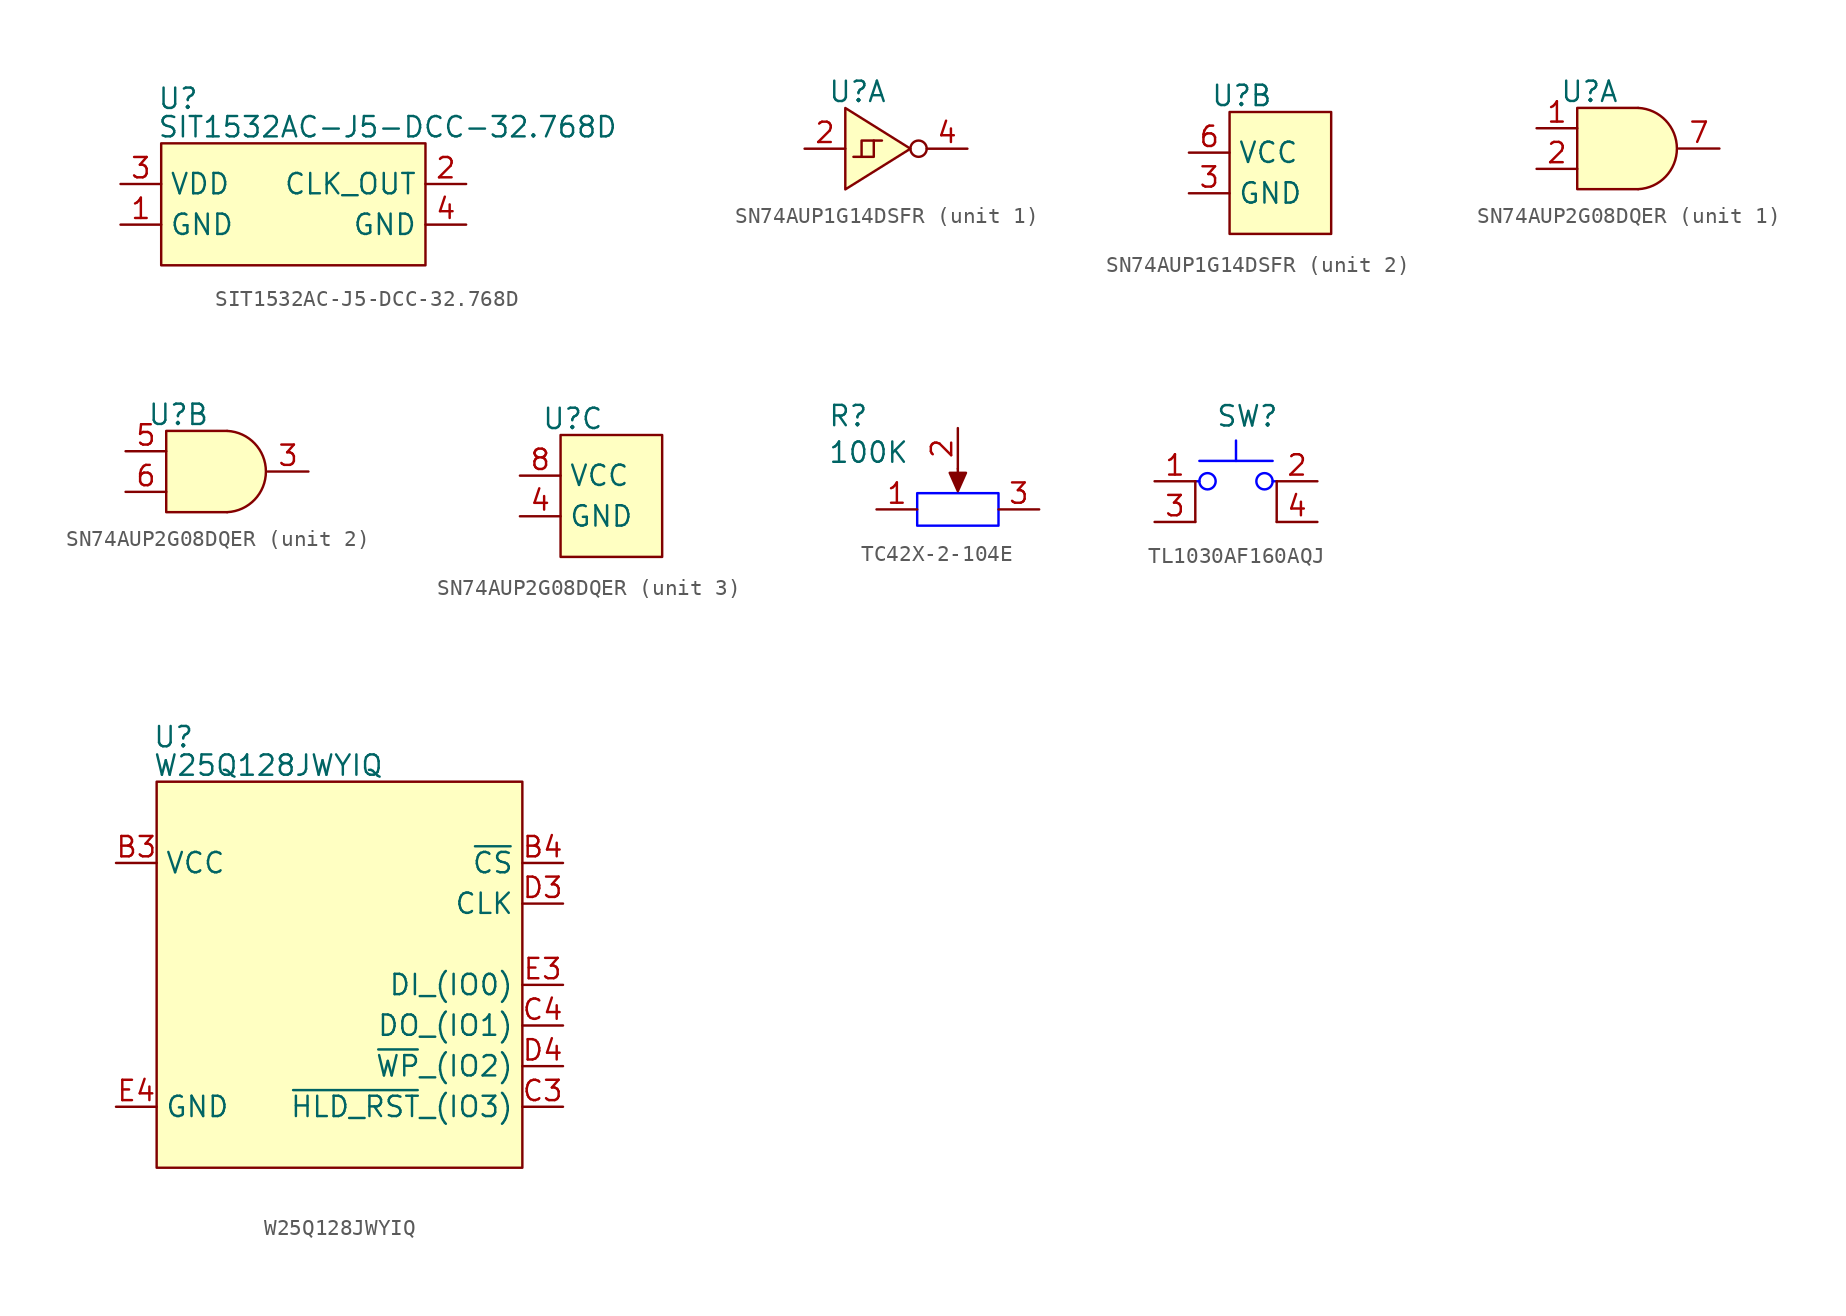
<source format=kicad_sym>
(kicad_symbol_lib
  (version 20231120)
  (generator "kicad_symbol_editor")
  (generator_version "8.0")
  (symbol "SIT1532AC-J5-DCC-32.768D"
    (property "Reference" "U"
      (at -0.254 2.794 0)
      (effects (font (size 1.27 1.27)) (justify left)))
    (property "Value" "SIT1532AC-J5-DCC-32.768D"
      (at -0.254 1.016 0)
      (effects (font (size 1.27 1.27)) (justify left)))
    (symbol "SIT1532AC-J5-DCC-32.768D_0_1"
      (rectangle (start 0 0) (end 16.51 -7.62) (stroke (width 0) (type default) (color 128 0 0 1)) (fill (type background))))
    (symbol "SIT1532AC-J5-DCC-32.768D_1_1"
      (pin passive line (at -2.54 -5.08 0) (length 2.54) (name "GND" (effects (font (size 1.27 1.27)))) (number "1" (effects (font (size 1.27 1.27)))))
      (pin passive line (at 19.05 -2.54 180) (length 2.54) (name "CLK_OUT" (effects (font (size 1.27 1.27)))) (number "2" (effects (font (size 1.27 1.27)))))
      (pin passive line (at -2.54 -2.54 0) (length 2.54) (name "VDD" (effects (font (size 1.27 1.27)))) (number "3" (effects (font (size 1.27 1.27)))))
      (pin passive line (at 19.05 -5.08 180) (length 2.54) (name "GND" (effects (font (size 1.27 1.27)))) (number "4" (effects (font (size 1.27 1.27)))))))
  (symbol "SN74AUP1G14DSFR"
    (property "Reference" "U"
      (at 0.762 1.016 0)
      (effects (font (size 1.27 1.27))))
    (property "Value" ""
      (at 0 0 0)
      (effects (font (size 1.27 1.27))))
    (property "ki_locked" ""
      (at 0 0 0)
      (effects (font (size 1.27 1.27))))
    (symbol "SN74AUP1G14DSFR_1_1"
      (polyline (pts (xy 1.778 -2.032) (xy 2.286 -2.032)) (stroke (width 0) (type default)) (fill (type none)))
      (polyline (pts (xy 4.064 -2.54) (xy 0 -5.08) (xy 0 0) (xy 4.064 -2.54)) (stroke (width 0) (type default)) (fill (type background)))
      (polyline (pts (xy 0.508 -3.048) (xy 1.778 -3.048) (xy 1.778 -2.032) (xy 1.016 -2.032) (xy 1.016 -3.048)) (stroke (width 0) (type default)) (fill (type none)))
      (circle (center 4.572 -2.54) (radius 0.508) (stroke (width 0) (type default)) (fill (type none)))
      (pin passive line (at -2.54 -2.54 0) (length 2.54) (name "" (effects (font (size 1.27 1.27)))) (number "2" (effects (font (size 1.27 1.27)))))
      (pin passive line (at 7.62 -2.54 180) (length 2.54) (name "" (effects (font (size 1.27 1.27)))) (number "4" (effects (font (size 1.27 1.27))))))
    (symbol "SN74AUP1G14DSFR_2_1"
      (rectangle (start 0 0) (end 6.35 -7.62) (stroke (width 0) (type default) (color 128 0 0 1)) (fill (type background)))
      (pin no_connect line (at 6.35 -1.27 180) (length 2.54) hide (name "" (effects (font (size 1.27 1.27)))) (number "1" (effects (font (size 1.27 1.27)))))
      (pin passive line (at -2.54 -5.08 0) (length 2.54) (name "GND" (effects (font (size 1.27 1.27)))) (number "3" (effects (font (size 1.27 1.27)))))
      (pin no_connect line (at 6.35 -6.35 180) (length 2.54) hide (name "" (effects (font (size 1.27 1.27)))) (number "5" (effects (font (size 1.27 1.27)))))
      (pin passive line (at -2.54 -2.54 0) (length 2.54) (name "VCC" (effects (font (size 1.27 1.27)))) (number "6" (effects (font (size 1.27 1.27)))))))
  (symbol "SN74AUP2G08DQER"
    (property "Reference" "U"
      (at 0.762 1.016 0)
      (effects (font (size 1.27 1.27))))
    (property "Value" ""
      (at 0 0 0)
      (effects (font (size 1.27 1.27))))
    (property "ki_locked" ""
      (at 0 0 0)
      (effects (font (size 1.27 1.27))))
    (symbol "SN74AUP2G08DQER_1_1"
      (polyline (pts (xy 3.81 -5.08) (xy 0 -5.08) (xy 0 0) (xy 3.81 0)) (stroke (width 0) (type default)) (fill (type background)))
      (arc (start 3.81 -5.08) (mid 6.2335 -2.54) (end 3.81 0) (stroke (width 0) (type default)) (fill (type background)))
      (pin passive line (at -2.54 -1.27 0) (length 2.54) (name "" (effects (font (size 1.27 1.27)))) (number "1" (effects (font (size 1.27 1.27)))))
      (pin passive line (at -2.54 -3.81 0) (length 2.54) (name "" (effects (font (size 1.27 1.27)))) (number "2" (effects (font (size 1.27 1.27)))))
      (pin passive line (at 8.89 -2.54 180) (length 2.54) (name "" (effects (font (size 1.27 1.27)))) (number "7" (effects (font (size 1.27 1.27))))))
    (symbol "SN74AUP2G08DQER_2_1"
      (polyline (pts (xy 3.81 -5.08) (xy 0 -5.08) (xy 0 0) (xy 3.81 0)) (stroke (width 0) (type default)) (fill (type background)))
      (arc (start 3.81 -5.08) (mid 6.2335 -2.54) (end 3.81 0) (stroke (width 0) (type default)) (fill (type background)))
      (pin passive line (at 8.89 -2.54 180) (length 2.54) (name "" (effects (font (size 1.27 1.27)))) (number "3" (effects (font (size 1.27 1.27)))))
      (pin passive line (at -2.54 -1.27 0) (length 2.54) (name "" (effects (font (size 1.27 1.27)))) (number "5" (effects (font (size 1.27 1.27)))))
      (pin passive line (at -2.54 -3.81 0) (length 2.54) (name "" (effects (font (size 1.27 1.27)))) (number "6" (effects (font (size 1.27 1.27))))))
    (symbol "SN74AUP2G08DQER_3_1"
      (rectangle (start 0 0) (end 6.35 -7.62) (stroke (width 0) (type default) (color 128 0 0 1)) (fill (type background)))
      (pin passive line (at -2.54 -5.08 0) (length 2.54) (name "GND" (effects (font (size 1.27 1.27)))) (number "4" (effects (font (size 1.27 1.27)))))
      (pin passive line (at -2.54 -2.54 0) (length 2.54) (name "VCC" (effects (font (size 1.27 1.27)))) (number "8" (effects (font (size 1.27 1.27)))))))
  (symbol "TC42X-2-104E"
    (property "Reference" "R"
      (at -8.128 5.842 0)
      (effects (font (size 1.27 1.27)) (justify left)))
    (property "Value" "100K"
      (at -8.128 3.556 0)
      (effects (font (size 1.27 1.27)) (justify left)))
    (symbol "TC42X-2-104E_0_1"
      (rectangle (start -2.54 1.016) (end 2.54 -1.016) (stroke (width 0) (type default) (color 0 0 255 1)) (fill (type none)))
      (polyline (pts (xy 0 2.54) (xy 0 1.524)) (stroke (width 0) (type default)) (fill (type none)))
      (polyline (pts (xy 0 1.143) (xy -0.508 2.286) (xy 0.508 2.286) (xy 0 1.143)) (stroke (width 0) (type default)) (fill (type outline))))
    (symbol "TC42X-2-104E_1_1"
      (pin passive line (at -5.08 0 0) (length 2.54) (name "" (effects (font (size 1.27 1.27)))) (number "1" (effects (font (size 1.27 1.27)))))
      (pin passive line (at 0 5.08 270) (length 2.54) (name "" (effects (font (size 1.27 1.27)))) (number "2" (effects (font (size 1.27 1.27)))))
      (pin passive line (at 5.08 0 180) (length 2.54) (name "" (effects (font (size 1.27 1.27)))) (number "3" (effects (font (size 1.27 1.27)))))))
  (symbol "TL1030AF160AQJ"
    (property "Reference" "SW"
      (at -1.27 4.064 0)
      (effects (font (size 1.27 1.27)) (justify left)))
    (property "Value" ""
      (at -4.064 3.302 0)
      (effects (font (size 1.27 1.27)) (justify left)))
    (symbol "TL1030AF160AQJ_0_1"
      (circle (center -1.778 0) (radius 0.508) (stroke (width 0) (type default) (color 0 0 255 1)) (fill (type none)))
      (polyline (pts (xy -2.54 -2.54) (xy -2.54 0)) (stroke (width 0) (type default)) (fill (type none)))
      (polyline (pts (xy -2.54 0) (xy -2.286 0)) (stroke (width 0) (type default) (color 0 0 255 1)) (fill (type none)))
      (polyline (pts (xy 2.54 -2.54) (xy 2.54 0)) (stroke (width 0) (type default)) (fill (type none)))
      (polyline (pts (xy 2.54 0) (xy 2.286 0)) (stroke (width 0) (type default) (color 0 0 255 1)) (fill (type none)))
      (circle (center 1.778 0) (radius 0.508) (stroke (width 0) (type default) (color 0 0 255 1)) (fill (type none))))
    (symbol "TL1030AF160AQJ_1_1"
      (polyline (pts (xy -2.286 1.27) (xy 2.286 1.27)) (stroke (width 0) (type default) (color 0 0 255 1)) (fill (type none)))
      (polyline (pts (xy 0 2.54) (xy 0 1.27)) (stroke (width 0) (type default) (color 0 0 255 1)) (fill (type none)))
      (pin passive line (at -5.08 0 0) (length 2.54) (name "" (effects (font (size 1.27 1.27)))) (number "1" (effects (font (size 1.27 1.27)))))
      (pin passive line (at 5.08 0 180) (length 2.54) (name "" (effects (font (size 1.27 1.27)))) (number "2" (effects (font (size 1.27 1.27)))))
      (pin passive line (at -5.08 -2.54 0) (length 2.54) (name "" (effects (font (size 1.27 1.27)))) (number "3" (effects (font (size 1.27 1.27)))))
      (pin passive line (at 5.08 -2.54 180) (length 2.54) (name "" (effects (font (size 1.27 1.27)))) (number "4" (effects (font (size 1.27 1.27)))))))
  (symbol "W25Q128JWYIQ"
    (property "Reference" "U"
      (at -0.254 2.794 0)
      (effects (font (size 1.27 1.27)) (justify left)))
    (property "Value" "W25Q128JWYIQ "
      (at -0.254 1.016 0)
      (effects (font (size 1.27 1.27)) (justify left)))
    (symbol "W25Q128JWYIQ_0_1"
      (rectangle (start 0 0) (end 22.86 -24.13) (stroke (width 0) (type default) (color 128 0 0 1)) (fill (type background))))
    (symbol "W25Q128JWYIQ_1_1"
      (pin no_connect line (at 17.78 0 270) (length 2.54) hide (name "NC" (effects (font (size 1.27 1.27)))) (number "A2" (effects (font (size 1.27 1.27)))))
      (pin no_connect line (at 20.32 0 270) (length 2.54) hide (name "NC" (effects (font (size 1.27 1.27)))) (number "A5" (effects (font (size 1.27 1.27)))))
      (pin no_connect line (at 17.145 -23.495 90) (length 2.54) hide (name "NC" (effects (font (size 1.27 1.27)))) (number "A6" (effects (font (size 1.27 1.27)))))
      (pin no_connect line (at 14.605 -23.495 90) (length 2.54) hide (name "NC" (effects (font (size 1.27 1.27)))) (number "B1" (effects (font (size 1.27 1.27)))))
      (pin passive line (at -2.54 -5.08 0) (length 2.54) (name "VCC" (effects (font (size 1.27 1.27)))) (number "B3" (effects (font (size 1.27 1.27)))))
      (pin passive line (at 25.4 -5.08 180) (length 2.54) (name "~{CS}" (effects (font (size 1.27 1.27)))) (number "B4" (effects (font (size 1.27 1.27)))))
      (pin no_connect line (at 12.065 -23.495 90) (length 2.54) hide (name "NC" (effects (font (size 1.27 1.27)))) (number "B6" (effects (font (size 1.27 1.27)))))
      (pin no_connect line (at 2.54 0 270) (length 2.54) hide (name "NC" (effects (font (size 1.27 1.27)))) (number "C1" (effects (font (size 1.27 1.27)))))
      (pin passive line (at 25.4 -20.32 180) (length 2.54) (name "~{HLD_RST}_(IO3)" (effects (font (size 1.27 1.27)))) (number "C3" (effects (font (size 1.27 1.27)))))
      (pin passive line (at 25.4 -15.24 180) (length 2.54) (name "DO_(IO1)" (effects (font (size 1.27 1.27)))) (number "C4" (effects (font (size 1.27 1.27)))))
      (pin no_connect line (at 5.08 0 270) (length 2.54) hide (name "NC" (effects (font (size 1.27 1.27)))) (number "C6" (effects (font (size 1.27 1.27)))))
      (pin no_connect line (at 7.62 0 270) (length 2.54) hide (name "NC" (effects (font (size 1.27 1.27)))) (number "D1" (effects (font (size 1.27 1.27)))))
      (pin passive line (at 25.4 -7.62 180) (length 2.54) (name "CLK" (effects (font (size 1.27 1.27)))) (number "D3" (effects (font (size 1.27 1.27)))))
      (pin passive line (at 25.4 -17.78 180) (length 2.54) (name "~{WP}_(IO2)" (effects (font (size 1.27 1.27)))) (number "D4" (effects (font (size 1.27 1.27)))))
      (pin no_connect line (at 10.16 0 270) (length 2.54) hide (name "NC" (effects (font (size 1.27 1.27)))) (number "D6" (effects (font (size 1.27 1.27)))))
      (pin no_connect line (at 12.7 0 270) (length 2.54) hide (name "NC" (effects (font (size 1.27 1.27)))) (number "E1" (effects (font (size 1.27 1.27)))))
      (pin passive line (at 25.4 -12.7 180) (length 2.54) (name "DI_(IO0)" (effects (font (size 1.27 1.27)))) (number "E3" (effects (font (size 1.27 1.27)))))
      (pin passive line (at -2.54 -20.32 0) (length 2.54) (name "GND" (effects (font (size 1.27 1.27)))) (number "E4" (effects (font (size 1.27 1.27)))))
      (pin no_connect line (at 15.24 0 270) (length 2.54) hide (name "NC" (effects (font (size 1.27 1.27)))) (number "E6" (effects (font (size 1.27 1.27)))))
      (pin no_connect line (at 9.525 -23.495 90) (length 2.54) hide (name "NC" (effects (font (size 1.27 1.27)))) (number "F2" (effects (font (size 1.27 1.27)))))
      (pin no_connect line (at 6.985 -23.495 90) (length 2.54) hide (name "NC" (effects (font (size 1.27 1.27)))) (number "F5" (effects (font (size 1.27 1.27))))))))
</source>
